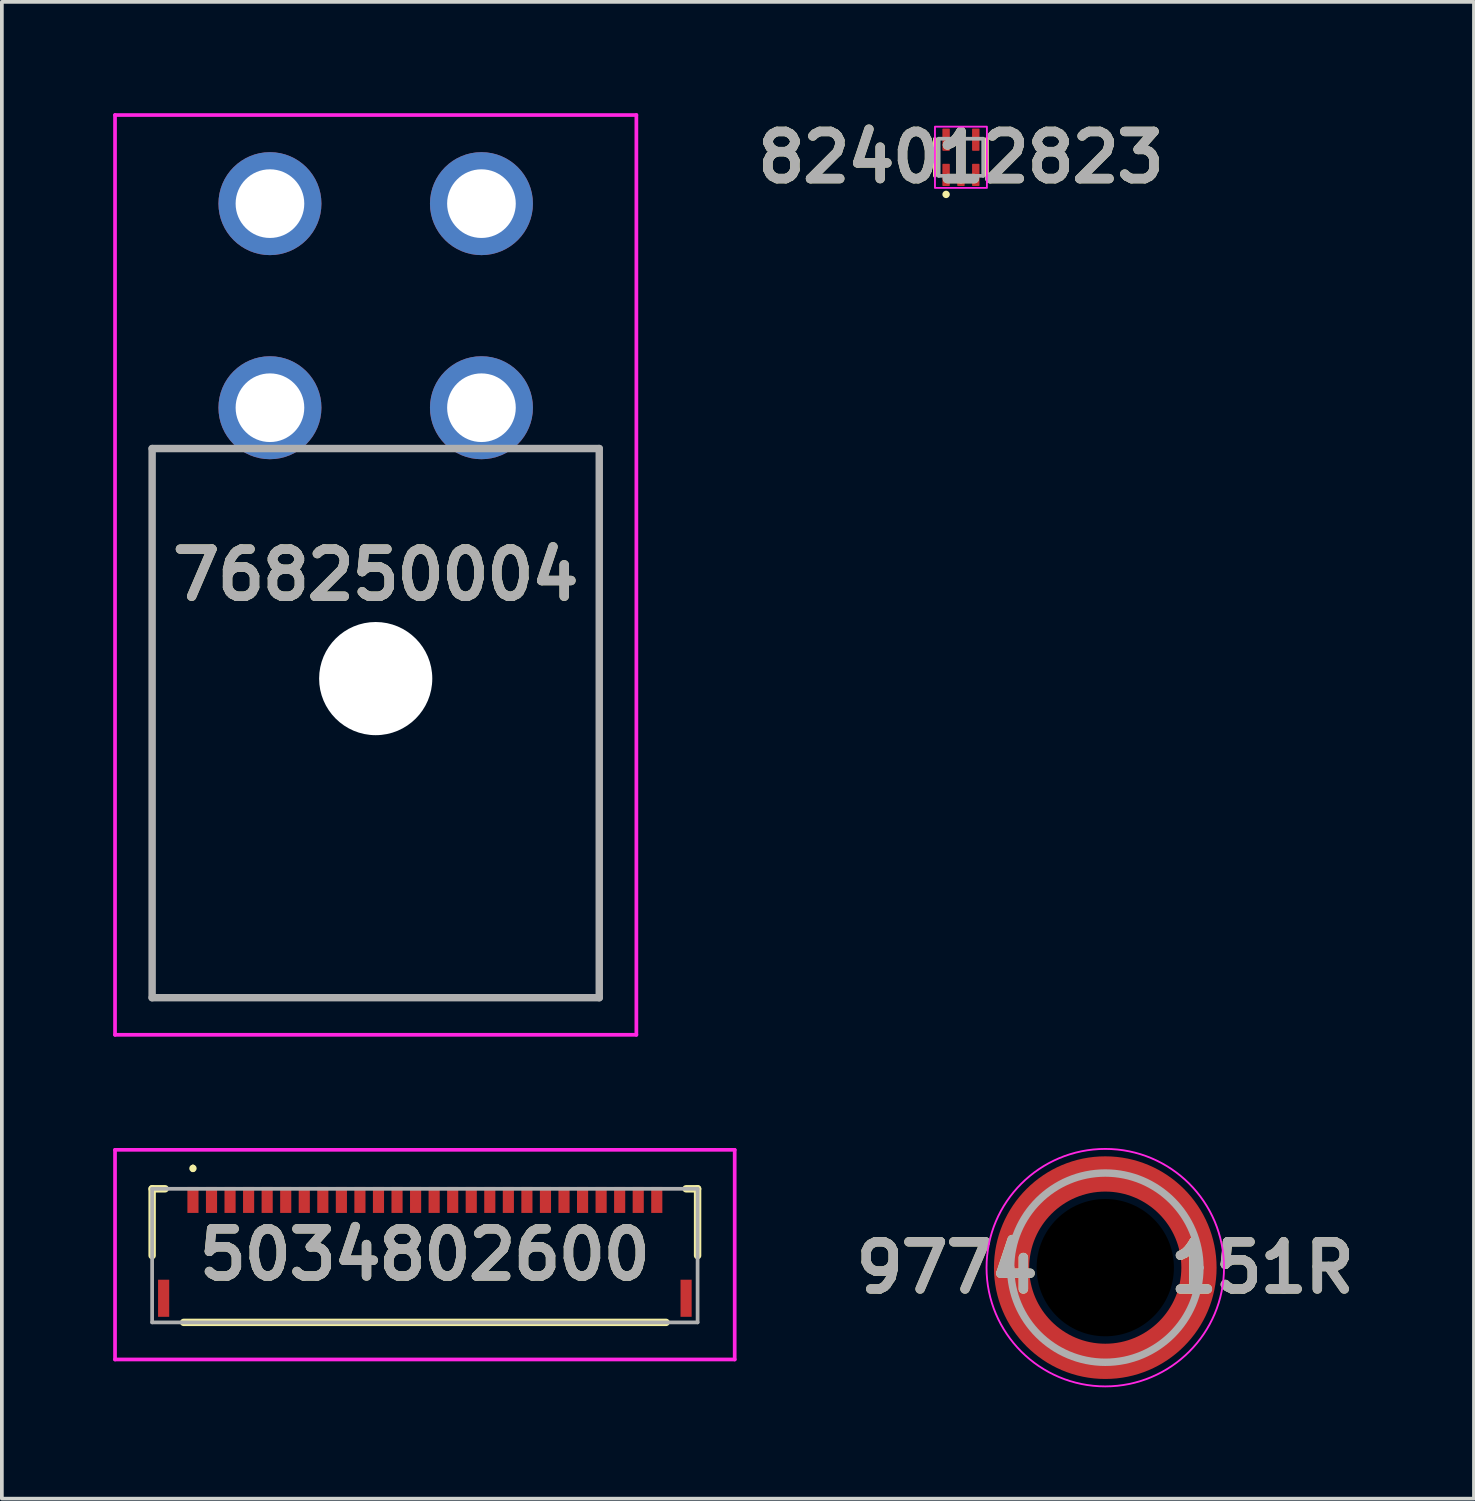
<source format=kicad_pcb>
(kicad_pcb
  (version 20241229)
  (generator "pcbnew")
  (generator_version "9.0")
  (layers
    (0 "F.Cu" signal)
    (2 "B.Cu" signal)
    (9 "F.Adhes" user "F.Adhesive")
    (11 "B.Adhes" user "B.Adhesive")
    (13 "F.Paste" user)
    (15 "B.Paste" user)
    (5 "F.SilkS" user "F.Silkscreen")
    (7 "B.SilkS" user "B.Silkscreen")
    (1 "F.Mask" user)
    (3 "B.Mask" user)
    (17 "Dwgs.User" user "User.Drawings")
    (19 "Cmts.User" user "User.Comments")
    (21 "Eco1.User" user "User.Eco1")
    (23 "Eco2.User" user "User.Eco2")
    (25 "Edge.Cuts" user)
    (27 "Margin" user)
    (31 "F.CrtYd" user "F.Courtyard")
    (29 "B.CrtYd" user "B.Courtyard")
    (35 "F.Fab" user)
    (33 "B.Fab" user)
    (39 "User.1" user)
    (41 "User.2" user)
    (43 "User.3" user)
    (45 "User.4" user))
  (footprint "824012823"
    (layer "F.Cu")
    (at 22.847 1.189)
    (property "Reference" "824012823" (at 0 0 0) (layer "F.SilkS") (effects (font (size 1.27 1.27) (thickness 0.254))))
    (attr smd)
    (fp_line (start -0.7 -0.5) (end -0.7 0.5) (stroke (width 0.1) (type default)) (layer "F.SilkS"))
    (fp_line (start 0.7 -0.5) (end 0.7 0.5) (stroke (width 0.1) (type default)) (layer "F.SilkS"))
    (fp_circle (center -0.4 1) (end -0.4 1.1) (stroke (width 0) (type solid)) (fill yes) (layer "F.SilkS"))
    (fp_rect (start -0.7 -0.825) (end 0.7 0.825) (stroke (width 0.05) (type default)) (fill no) (layer "F.CrtYd"))
    (fp_line (start -0.6 -0.5) (end 0.6 -0.5) (stroke (width 0.1) (type solid)) (layer "F.Fab"))
    (fp_line (start -0.6 0.5) (end -0.6 -0.5) (stroke (width 0.1) (type solid)) (layer "F.Fab"))
    (fp_line (start 0.6 -0.5) (end 0.6 0.5) (stroke (width 0.1) (type solid)) (layer "F.Fab"))
    (fp_line (start 0.6 0.5) (end -0.6 0.5) (stroke (width 0.1) (type solid)) (layer "F.Fab"))
    (fp_text user "${REFERENCE}" (at 0 0 0) (layer "F.Fab") (effects (font (size 1.27 1.27) (thickness 0.254))))
    (pad "1" smd roundrect (at -0.4 0.475) (size 0.2 0.6) (layers "F.Cu" "F.Mask" "F.Paste") (roundrect_rratio 0.1))
    (pad "2" smd roundrect (at 0 0.475) (size 0.2 0.6) (layers "F.Cu" "F.Mask" "F.Paste") (roundrect_rratio 0.1))
    (pad "3" smd roundrect (at 0.4 0.475) (size 0.2 0.6) (layers "F.Cu" "F.Mask" "F.Paste") (roundrect_rratio 0.1))
    (pad "4" smd roundrect (at 0.4 -0.475) (size 0.2 0.6) (layers "F.Cu" "F.Mask" "F.Paste") (roundrect_rratio 0.1))
    (pad "5" smd roundrect (at 0 -0.475) (size 0.2 0.6) (layers "F.Cu" "F.Mask" "F.Paste") (roundrect_rratio 0.1))
    (pad "6" smd roundrect (at -0.4 -0.475) (size 0.2 0.6) (layers "F.Cu" "F.Mask" "F.Paste") (roundrect_rratio 0.1)))
  (footprint "9774010151R"
    (layer "F.Cu")
    (at 26.737 31.113)
    (property "Reference" "9774010151R" (at 0 0 0) (layer "F.SilkS") (effects (font (size 1.27 1.27) (thickness 0.254))))
    (attr through_hole)
    (fp_circle (center 0 0) (end 2.525 0) (stroke (width 0.95) (type solid)) (fill no) (layers "F.Cu" "F.Mask"))
    (fp_arc (start -2.525 0) (mid -2.186714 -1.2625) (end -1.2625 -2.186714) (stroke (width 0.95) (type solid)) (layer "F.Paste"))
    (fp_arc (start 0 -2.525) (mid 1.2625 -2.186714) (end 2.186714 -1.2625) (stroke (width 0.95) (type solid)) (layer "F.Paste"))
    (fp_arc (start 0 2.525) (mid -1.2625 2.186714) (end -2.186714 1.2625) (stroke (width 0.95) (type solid)) (layer "F.Paste"))
    (fp_arc (start 2.525 0) (mid 2.186714 1.2625) (end 1.2625 2.186714) (stroke (width 0.95) (type solid)) (layer "F.Paste"))
    (fp_circle (center 0 0) (end 3.2 0) (stroke (width 0.05) (type default)) (fill no) (layer "F.CrtYd"))
    (fp_line (start -2.55 0) (end -2.55 0) (stroke (width 0.2) (type solid)) (layer "F.Fab"))
    (fp_line (start 2.55 0) (end 2.55 0) (stroke (width 0.2) (type solid)) (layer "F.Fab"))
    (fp_arc (start -2.55 0) (mid 0 -2.55) (end 2.55 0) (stroke (width 0.2) (type solid)) (layer "F.Fab"))
    (fp_arc (start 2.55 0) (mid 0 2.55) (end -2.55 0) (stroke (width 0.2) (type solid)) (layer "F.Fab"))
    (fp_text user "${REFERENCE}" (at 0 0 0) (layer "F.Fab") (effects (font (size 1.27 1.27) (thickness 0.254))))
    (pad "" np_thru_hole circle (at 0 0) (size 3.7 3.7) (drill 3.7) (layers "*.Mask"))
    (pad "1" smd roundrect (at 0 -2.525) (size 0.5 0.5) (layers "F.Cu") (roundrect_rratio 0.1)))
  (footprint "768250004"
    (layer "F.Cu")
    (at 7.075 13.138)
    (property "Reference" "768250004" (at 0 -0.694 0) (layer "F.SilkS") (effects (font (size 1.27 1.27) (thickness 0.254))))
    (attr through_hole)
    (fp_line (start -6 -4.1) (end -6 10.7) (stroke (width 0.1) (type solid)) (layer "F.SilkS"))
    (fp_line (start -6 10.7) (end 6.025 10.7) (stroke (width 0.1) (type solid)) (layer "F.SilkS"))
    (fp_line (start -5 -4.1) (end -6 -4.1) (stroke (width 0.1) (type solid)) (layer "F.SilkS"))
    (fp_line (start -1 -4.1) (end 1 -4.1) (stroke (width 0.1) (type solid)) (layer "F.SilkS"))
    (fp_line (start 6.025 -4.1) (end 5 -4.1) (stroke (width 0.1) (type solid)) (layer "F.SilkS"))
    (fp_line (start 6.025 10.7) (end 6.025 -4.1) (stroke (width 0.1) (type solid)) (layer "F.SilkS"))
    (fp_line (start -7.025 -13.088) (end 7.025 -13.088) (stroke (width 0.1) (type solid)) (layer "F.CrtYd"))
    (fp_line (start -7.025 11.7) (end -7.025 -13.088) (stroke (width 0.1) (type solid)) (layer "F.CrtYd"))
    (fp_line (start 7.025 -13.088) (end 7.025 11.7) (stroke (width 0.1) (type solid)) (layer "F.CrtYd"))
    (fp_line (start 7.025 11.7) (end -7.025 11.7) (stroke (width 0.1) (type solid)) (layer "F.CrtYd"))
    (fp_line (start -6.025 -4.1) (end 6.025 -4.1) (stroke (width 0.2) (type solid)) (layer "F.Fab"))
    (fp_line (start -6.025 10.7) (end -6.025 -4.1) (stroke (width 0.2) (type solid)) (layer "F.Fab"))
    (fp_line (start 6.025 -4.1) (end 6.025 10.7) (stroke (width 0.2) (type solid)) (layer "F.Fab"))
    (fp_line (start 6.025 10.7) (end -6.025 10.7) (stroke (width 0.2) (type solid)) (layer "F.Fab"))
    (fp_text user "${REFERENCE}" (at 0 -0.694 0) (layer "F.Fab") (effects (font (size 1.27 1.27) (thickness 0.254))))
    (pad "" np_thru_hole circle (at 0 2.1) (size 3.05 3.05) (drill 3.05) (layers "*.Cu" "*.Mask"))
    (pad "1" thru_hole circle (at -2.85 -10.7) (size 2.775 2.775) (drill 1.85) (layers "*.Cu" "*.Mask"))
    (pad "2" thru_hole circle (at 2.85 -10.7) (size 2.775 2.775) (drill 1.85) (layers "*.Cu" "*.Mask"))
    (pad "3" thru_hole circle (at -2.85 -5.2) (size 2.775 2.775) (drill 1.85) (layers "*.Cu" "*.Mask"))
    (pad "4" thru_hole circle (at 2.85 -5.2) (size 2.775 2.775) (drill 1.85) (layers "*.Cu" "*.Mask")))
  (footprint "5034802600"
    (layer "F.Cu")
    (at 8.4 30.763)
    (property "Reference" "5034802600" (at 0 0 0) (layer "F.SilkS") (effects (font (size 1.27 1.27) (thickness 0.254))))
    (attr smd)
    (fp_line (start -7.35 -1.775) (end -7 -1.775) (stroke (width 0.2) (type solid)) (layer "F.SilkS"))
    (fp_line (start -7.35 0.025) (end -7.35 -1.775) (stroke (width 0.2) (type solid)) (layer "F.SilkS"))
    (fp_line (start -6.25 -2.375) (end -6.25 -2.375) (stroke (width 0.1) (type solid)) (layer "F.SilkS"))
    (fp_line (start -6.25 -2.275) (end -6.25 -2.275) (stroke (width 0.1) (type solid)) (layer "F.SilkS"))
    (fp_line (start 6.5 1.825) (end -6.5 1.825) (stroke (width 0.2) (type solid)) (layer "F.SilkS"))
    (fp_line (start 7.04 -1.775) (end 7.35 -1.775) (stroke (width 0.2) (type solid)) (layer "F.SilkS"))
    (fp_line (start 7.35 -1.775) (end 7.35 0.025) (stroke (width 0.2) (type solid)) (layer "F.SilkS"))
    (fp_arc (start -6.25 -2.375) (mid -6.2 -2.325) (end -6.25 -2.275) (stroke (width 0.1) (type solid)) (layer "F.SilkS"))
    (fp_arc (start -6.25 -2.275) (mid -6.3 -2.325) (end -6.25 -2.375) (stroke (width 0.1) (type solid)) (layer "F.SilkS"))
    (fp_line (start -8.35 -2.825) (end 8.35 -2.825) (stroke (width 0.1) (type solid)) (layer "F.CrtYd"))
    (fp_line (start -8.35 2.825) (end -8.35 -2.825) (stroke (width 0.1) (type solid)) (layer "F.CrtYd"))
    (fp_line (start 8.35 -2.825) (end 8.35 2.825) (stroke (width 0.1) (type solid)) (layer "F.CrtYd"))
    (fp_line (start 8.35 2.825) (end -8.35 2.825) (stroke (width 0.1) (type solid)) (layer "F.CrtYd"))
    (fp_line (start -7.35 -1.775) (end 7.35 -1.775) (stroke (width 0.1) (type solid)) (layer "F.Fab"))
    (fp_line (start -7.35 1.825) (end -7.35 -1.775) (stroke (width 0.1) (type solid)) (layer "F.Fab"))
    (fp_line (start 7.35 -1.775) (end 7.35 1.825) (stroke (width 0.1) (type solid)) (layer "F.Fab"))
    (fp_line (start 7.35 1.825) (end -7.35 1.825) (stroke (width 0.1) (type solid)) (layer "F.Fab"))
    (fp_text user "${REFERENCE}" (at 0 0 0) (layer "F.Fab") (effects (font (size 1.27 1.27) (thickness 0.254))))
    (pad "1" smd rect (at -6.25 -1.475) (size 0.3 0.7) (layers "F.Cu" "F.Mask" "F.Paste"))
    (pad "2" smd rect (at -5.75 -1.475) (size 0.3 0.7) (layers "F.Cu" "F.Mask" "F.Paste"))
    (pad "3" smd rect (at -5.25 -1.475) (size 0.3 0.7) (layers "F.Cu" "F.Mask" "F.Paste"))
    (pad "4" smd rect (at -4.75 -1.475) (size 0.3 0.7) (layers "F.Cu" "F.Mask" "F.Paste"))
    (pad "5" smd rect (at -4.25 -1.475) (size 0.3 0.7) (layers "F.Cu" "F.Mask" "F.Paste"))
    (pad "6" smd rect (at -3.75 -1.475) (size 0.3 0.7) (layers "F.Cu" "F.Mask" "F.Paste"))
    (pad "7" smd rect (at -3.25 -1.475) (size 0.3 0.7) (layers "F.Cu" "F.Mask" "F.Paste"))
    (pad "8" smd rect (at -2.75 -1.475) (size 0.3 0.7) (layers "F.Cu" "F.Mask" "F.Paste"))
    (pad "9" smd rect (at -2.25 -1.475) (size 0.3 0.7) (layers "F.Cu" "F.Mask" "F.Paste"))
    (pad "10" smd rect (at -1.75 -1.475) (size 0.3 0.7) (layers "F.Cu" "F.Mask" "F.Paste"))
    (pad "11" smd rect (at -1.25 -1.475) (size 0.3 0.7) (layers "F.Cu" "F.Mask" "F.Paste"))
    (pad "12" smd rect (at -0.75 -1.475) (size 0.3 0.7) (layers "F.Cu" "F.Mask" "F.Paste"))
    (pad "13" smd rect (at -0.25 -1.475) (size 0.3 0.7) (layers "F.Cu" "F.Mask" "F.Paste"))
    (pad "14" smd rect (at 0.25 -1.475) (size 0.3 0.7) (layers "F.Cu" "F.Mask" "F.Paste"))
    (pad "15" smd rect (at 0.75 -1.475) (size 0.3 0.7) (layers "F.Cu" "F.Mask" "F.Paste"))
    (pad "16" smd rect (at 1.25 -1.475) (size 0.3 0.7) (layers "F.Cu" "F.Mask" "F.Paste"))
    (pad "17" smd rect (at 1.75 -1.475) (size 0.3 0.7) (layers "F.Cu" "F.Mask" "F.Paste"))
    (pad "18" smd rect (at 2.25 -1.475) (size 0.3 0.7) (layers "F.Cu" "F.Mask" "F.Paste"))
    (pad "19" smd rect (at 2.75 -1.475) (size 0.3 0.7) (layers "F.Cu" "F.Mask" "F.Paste"))
    (pad "20" smd rect (at 3.25 -1.475) (size 0.3 0.7) (layers "F.Cu" "F.Mask" "F.Paste"))
    (pad "21" smd rect (at 3.75 -1.475) (size 0.3 0.7) (layers "F.Cu" "F.Mask" "F.Paste"))
    (pad "22" smd rect (at 4.25 -1.475) (size 0.3 0.7) (layers "F.Cu" "F.Mask" "F.Paste"))
    (pad "23" smd rect (at 4.75 -1.475) (size 0.3 0.7) (layers "F.Cu" "F.Mask" "F.Paste"))
    (pad "24" smd rect (at 5.25 -1.475) (size 0.3 0.7) (layers "F.Cu" "F.Mask" "F.Paste"))
    (pad "25" smd rect (at 5.75 -1.475) (size 0.3 0.7) (layers "F.Cu" "F.Mask" "F.Paste"))
    (pad "26" smd rect (at 6.25 -1.475) (size 0.3 0.7) (layers "F.Cu" "F.Mask" "F.Paste"))
    (pad "MP1" smd rect (at -7.04 1.175) (size 0.3 1) (layers "F.Cu" "F.Mask" "F.Paste"))
    (pad "MP2" smd rect (at 7.04 1.175) (size 0.3 1) (layers "F.Cu" "F.Mask" "F.Paste")))
  (gr_rect
    (start -3 -3)
    (end 36.673 37.338)
    (stroke (width 0.1) (type default))
    (fill no)
    (layer "Edge.Cuts")))
</source>
